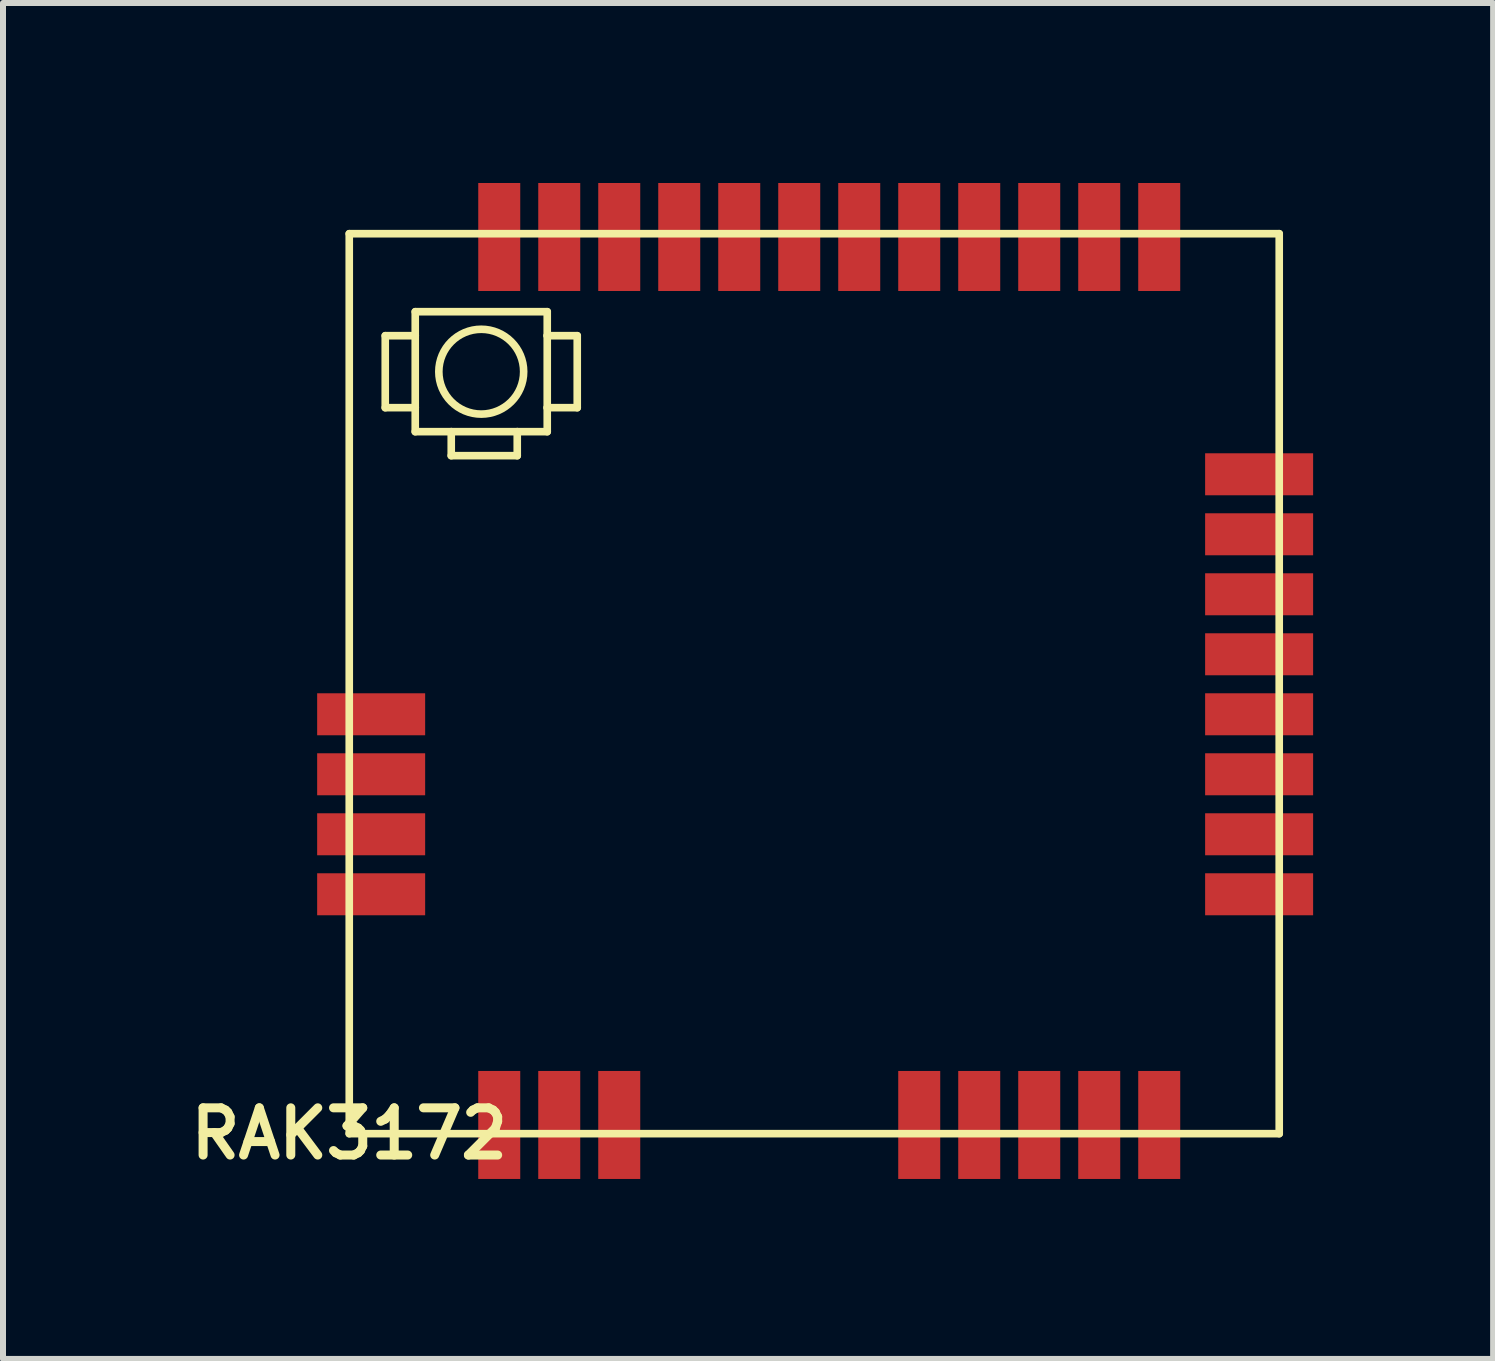
<source format=kicad_pcb>
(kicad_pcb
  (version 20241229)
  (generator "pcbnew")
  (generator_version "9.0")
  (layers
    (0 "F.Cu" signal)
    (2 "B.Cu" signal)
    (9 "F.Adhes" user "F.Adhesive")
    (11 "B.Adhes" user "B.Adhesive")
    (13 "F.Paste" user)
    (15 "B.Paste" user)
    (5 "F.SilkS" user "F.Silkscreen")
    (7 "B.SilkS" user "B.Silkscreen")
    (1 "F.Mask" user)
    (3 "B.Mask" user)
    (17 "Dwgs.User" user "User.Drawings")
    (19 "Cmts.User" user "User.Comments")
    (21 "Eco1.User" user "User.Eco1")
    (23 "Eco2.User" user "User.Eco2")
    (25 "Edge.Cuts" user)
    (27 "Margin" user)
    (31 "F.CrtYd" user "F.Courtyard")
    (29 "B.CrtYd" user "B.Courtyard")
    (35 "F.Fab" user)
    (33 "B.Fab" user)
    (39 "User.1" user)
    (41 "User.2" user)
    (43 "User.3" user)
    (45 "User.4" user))
  (footprint "RAK3172"
    (layer "F.Cu")
    (at 2.771 15.845)
    (property "Reference" "RAK3172" (at 0 0 0) (layer "F.SilkS") (effects (font (size 0.787 0.787) (thickness 0.15))))
    (attr smd)
    (fp_line (start 0 -15) (end 0 0) (stroke (width 0.127) (type solid)) (layer "F.SilkS"))
    (fp_line (start 0 0) (end 15.5 0) (stroke (width 0.127) (type solid)) (layer "F.SilkS"))
    (fp_line (start 0.6 -13.3) (end 1.1 -13.3) (stroke (width 0.127) (type solid)) (layer "F.SilkS"))
    (fp_line (start 0.6 -12.1) (end 0.6 -13.3) (stroke (width 0.127) (type solid)) (layer "F.SilkS"))
    (fp_line (start 1.1 -13.7) (end 3.3 -13.7) (stroke (width 0.127) (type solid)) (layer "F.SilkS"))
    (fp_line (start 1.1 -13.3) (end 1.1 -13.7) (stroke (width 0.127) (type solid)) (layer "F.SilkS"))
    (fp_line (start 1.1 -12.1) (end 0.6 -12.1) (stroke (width 0.127) (type solid)) (layer "F.SilkS"))
    (fp_line (start 1.1 -12.1) (end 1.1 -13.3) (stroke (width 0.127) (type solid)) (layer "F.SilkS"))
    (fp_line (start 1.1 -11.7) (end 1.1 -12.1) (stroke (width 0.127) (type solid)) (layer "F.SilkS"))
    (fp_line (start 1.7 -11.7) (end 1.1 -11.7) (stroke (width 0.127) (type solid)) (layer "F.SilkS"))
    (fp_line (start 1.7 -11.3) (end 1.7 -11.7) (stroke (width 0.127) (type solid)) (layer "F.SilkS"))
    (fp_line (start 1.7 -11.3) (end 2.8 -11.3) (stroke (width 0.127) (type solid)) (layer "F.SilkS"))
    (fp_line (start 2.8 -11.7) (end 1.7 -11.7) (stroke (width 0.127) (type solid)) (layer "F.SilkS"))
    (fp_line (start 2.8 -11.3) (end 2.8 -11.7) (stroke (width 0.127) (type solid)) (layer "F.SilkS"))
    (fp_line (start 3.3 -13.7) (end 3.3 -13.3) (stroke (width 0.127) (type solid)) (layer "F.SilkS"))
    (fp_line (start 3.3 -13.3) (end 3.3 -12.1) (stroke (width 0.127) (type solid)) (layer "F.SilkS"))
    (fp_line (start 3.3 -12.1) (end 3.3 -11.7) (stroke (width 0.127) (type solid)) (layer "F.SilkS"))
    (fp_line (start 3.3 -11.7) (end 2.8 -11.7) (stroke (width 0.127) (type solid)) (layer "F.SilkS"))
    (fp_line (start 3.8 -13.3) (end 3.3 -13.3) (stroke (width 0.127) (type solid)) (layer "F.SilkS"))
    (fp_line (start 3.8 -13.3) (end 3.8 -12.1) (stroke (width 0.127) (type solid)) (layer "F.SilkS"))
    (fp_line (start 3.8 -12.1) (end 3.3 -12.1) (stroke (width 0.127) (type solid)) (layer "F.SilkS"))
    (fp_line (start 15.5 -15) (end 0 -15) (stroke (width 0.127) (type solid)) (layer "F.SilkS"))
    (fp_line (start 15.5 0) (end 15.5 -15) (stroke (width 0.127) (type solid)) (layer "F.SilkS"))
    (fp_circle (center 2.2 -12.7) (end 2.907 -12.7) (stroke (width 0.127) (type solid)) (fill no) (layer "F.SilkS"))
    (pad "1" smd rect (at 13.5 -14.945) (size 0.7 1.8) (layers "F.Cu" "F.Mask" "F.Paste"))
    (pad "2" smd rect (at 12.5 -14.945) (size 0.7 1.8) (layers "F.Cu" "F.Mask" "F.Paste"))
    (pad "3" smd rect (at 11.5 -14.945) (size 0.7 1.8) (layers "F.Cu" "F.Mask" "F.Paste"))
    (pad "4" smd rect (at 10.5 -14.945) (size 0.7 1.8) (layers "F.Cu" "F.Mask" "F.Paste"))
    (pad "5" smd rect (at 9.5 -14.945) (size 0.7 1.8) (layers "F.Cu" "F.Mask" "F.Paste"))
    (pad "6" smd rect (at 8.5 -14.945) (size 0.7 1.8) (layers "F.Cu" "F.Mask" "F.Paste"))
    (pad "7" smd rect (at 7.5 -14.945) (size 0.7 1.8) (layers "F.Cu" "F.Mask" "F.Paste"))
    (pad "8" smd rect (at 6.5 -14.945) (size 0.7 1.8) (layers "F.Cu" "F.Mask" "F.Paste"))
    (pad "9" smd rect (at 5.5 -14.945) (size 0.7 1.8) (layers "F.Cu" "F.Mask" "F.Paste"))
    (pad "10" smd rect (at 4.5 -14.945) (size 0.7 1.8) (layers "F.Cu" "F.Mask" "F.Paste"))
    (pad "11" smd rect (at 3.5 -14.945) (size 0.7 1.8) (layers "F.Cu" "F.Mask" "F.Paste"))
    (pad "12" smd rect (at 2.5 -14.945) (size 0.7 1.8) (layers "F.Cu" "F.Mask" "F.Paste"))
    (pad "13" smd rect (at 0.365 -6.99) (size 1.8 0.7) (layers "F.Cu" "F.Mask" "F.Paste"))
    (pad "14" smd rect (at 0.365 -5.99) (size 1.8 0.7) (layers "F.Cu" "F.Mask" "F.Paste"))
    (pad "15" smd rect (at 0.365 -4.99) (size 1.8 0.7) (layers "F.Cu" "F.Mask" "F.Paste"))
    (pad "16" smd rect (at 0.365 -3.99) (size 1.8 0.7) (layers "F.Cu" "F.Mask" "F.Paste"))
    (pad "17" smd rect (at 2.5 -0.145) (size 0.7 1.8) (layers "F.Cu" "F.Mask" "F.Paste"))
    (pad "18" smd rect (at 3.5 -0.145) (size 0.7 1.8) (layers "F.Cu" "F.Mask" "F.Paste"))
    (pad "19" smd rect (at 4.5 -0.145) (size 0.7 1.8) (layers "F.Cu" "F.Mask" "F.Paste"))
    (pad "20" smd rect (at 9.5 -0.145) (size 0.7 1.8) (layers "F.Cu" "F.Mask" "F.Paste"))
    (pad "21" smd rect (at 10.5 -0.145) (size 0.7 1.8) (layers "F.Cu" "F.Mask" "F.Paste"))
    (pad "22" smd rect (at 11.5 -0.145) (size 0.7 1.8) (layers "F.Cu" "F.Mask" "F.Paste"))
    (pad "23" smd rect (at 12.5 -0.145) (size 0.7 1.8) (layers "F.Cu" "F.Mask" "F.Paste"))
    (pad "24" smd rect (at 13.5 -0.145) (size 0.7 1.8) (layers "F.Cu" "F.Mask" "F.Paste"))
    (pad "25" smd rect (at 15.165 -3.99) (size 1.8 0.7) (layers "F.Cu" "F.Mask" "F.Paste"))
    (pad "26" smd rect (at 15.165 -4.99) (size 1.8 0.7) (layers "F.Cu" "F.Mask" "F.Paste"))
    (pad "27" smd rect (at 15.165 -5.99) (size 1.8 0.7) (layers "F.Cu" "F.Mask" "F.Paste"))
    (pad "28" smd rect (at 15.165 -6.99) (size 1.8 0.7) (layers "F.Cu" "F.Mask" "F.Paste"))
    (pad "29" smd rect (at 15.165 -7.99) (size 1.8 0.7) (layers "F.Cu" "F.Mask" "F.Paste"))
    (pad "30" smd rect (at 15.165 -8.99) (size 1.8 0.7) (layers "F.Cu" "F.Mask" "F.Paste"))
    (pad "31" smd rect (at 15.165 -9.99) (size 1.8 0.7) (layers "F.Cu" "F.Mask" "F.Paste"))
    (pad "32" smd rect (at 15.165 -10.99) (size 1.8 0.7) (layers "F.Cu" "F.Mask" "F.Paste")))
  (gr_rect
    (start -3 -3)
    (end 21.836 19.6)
    (stroke (width 0.1) (type default))
    (fill no)
    (layer "Edge.Cuts")))
</source>
